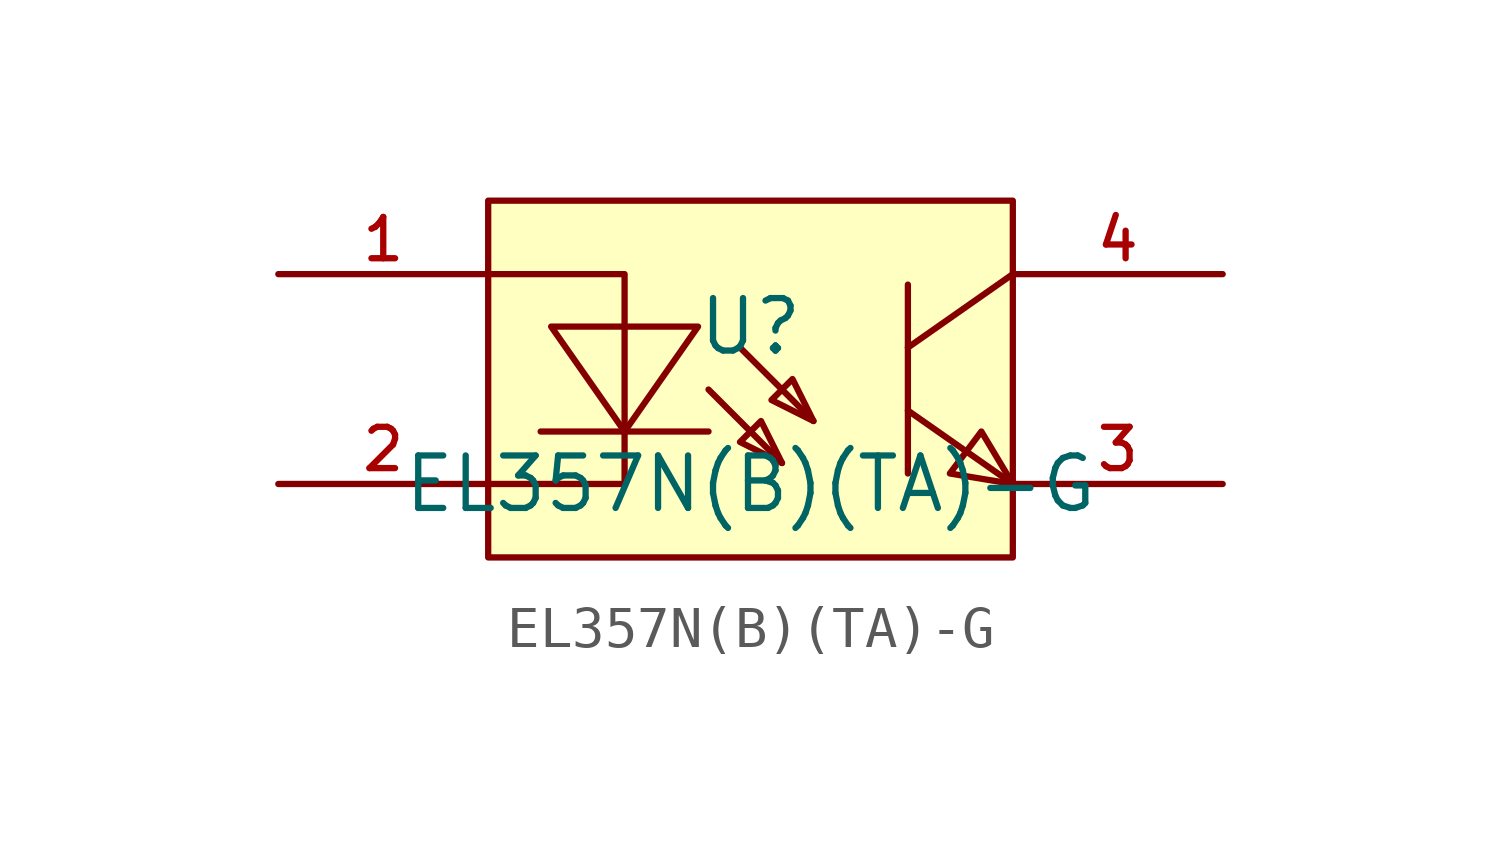
<source format=kicad_sym>
(kicad_symbol_lib
  (version 20210201)
  (generator TousstNicolas/JLC2KiCad_lib)
  (symbol "EL357N(B)(TA)-G"
    (pin_names hide)
    (property "Reference" "U"
      (at 0 1.27 0)
      (effects (font (size 1.27 1.27))))
    (property "Value" "EL357N(B)(TA)-G"
      (at 0 -2.54 0)
      (effects (font (size 1.27 1.27))))
    (symbol "EL357N(B)(TA)-G_0_1"
      (rectangle (start -6.35 4.318) (end 6.35 -4.318) (stroke (width 0) (type default) (color 0 0 0 0)) (fill (type background)))
      (pin unspecified line (at -11.43 2.54 0) (length 5.08) (name "AN" (effects (font (size 1 1)))) (number "1" (effects (font (size 1 1)))))
      (pin unspecified line (at -11.43 -2.54 0) (length 5.08) (name "CAT" (effects (font (size 1 1)))) (number "2" (effects (font (size 1 1)))))
      (pin unspecified line (at 11.43 -2.54 180) (length 5.08) (name "EM" (effects (font (size 1 1)))) (number "3" (effects (font (size 1 1)))))
      (pin unspecified line (at 11.43 2.54 180) (length 5.08) (name "COL" (effects (font (size 1 1)))) (number "4" (effects (font (size 1 1)))))
      (polyline (pts (xy 6.35 2.54) (xy 3.81 0.762)) (stroke (width 0) (type default) (color 0 0 0 0)) (fill (type none)))
      (polyline (pts (xy 3.81 -0.762) (xy 6.35 -2.54)) (stroke (width 0) (type default) (color 0 0 0 0)) (fill (type none)))
      (polyline (pts (xy 3.81 2.286) (xy 3.81 -2.286)) (stroke (width 0) (type default) (color 0 0 0 0)) (fill (type none)))
      (polyline (pts (xy 6.35 -2.54) (xy 5.588 -1.27) (xy 4.826 -2.286) (xy 6.35 -2.54)) (stroke (width 0) (type default) (color 0 0 0 0)) (fill (type background)))
      (polyline (pts (xy 0.762 -2.032) (xy 0.254 -1.016) (xy -0.254 -1.524) (xy 0.762 -2.032)) (stroke (width 0) (type default) (color 0 0 0 0)) (fill (type background)))
      (polyline (pts (xy 1.524 -1.016) (xy 1.016 -0.0) (xy 0.508 -0.508) (xy 1.524 -1.016)) (stroke (width 0) (type default) (color 0 0 0 0)) (fill (type background)))
      (polyline (pts (xy -1.016 -0.254) (xy 0.762 -2.032)) (stroke (width 0) (type default) (color 0 0 0 0)) (fill (type none)))
      (polyline (pts (xy -0.254 0.762) (xy 1.524 -1.016)) (stroke (width 0) (type default) (color 0 0 0 0)) (fill (type none)))
      (polyline (pts (xy -1.016 -1.27) (xy -5.08 -1.27)) (stroke (width 0) (type default) (color 0 0 0 0)) (fill (type none)))
      (polyline (pts (xy -4.826 1.27) (xy -3.048 -1.27) (xy -1.27 1.27) (xy -4.826 1.27)) (stroke (width 0) (type default) (color 0 0 0 0)) (fill (type background)))
      (polyline (pts (xy -6.35 2.54) (xy -3.048 2.54) (xy -3.048 -2.54) (xy -6.35 -2.54)) (stroke (width 0) (type default) (color 0 0 0 0)) (fill (type none))))))
</source>
